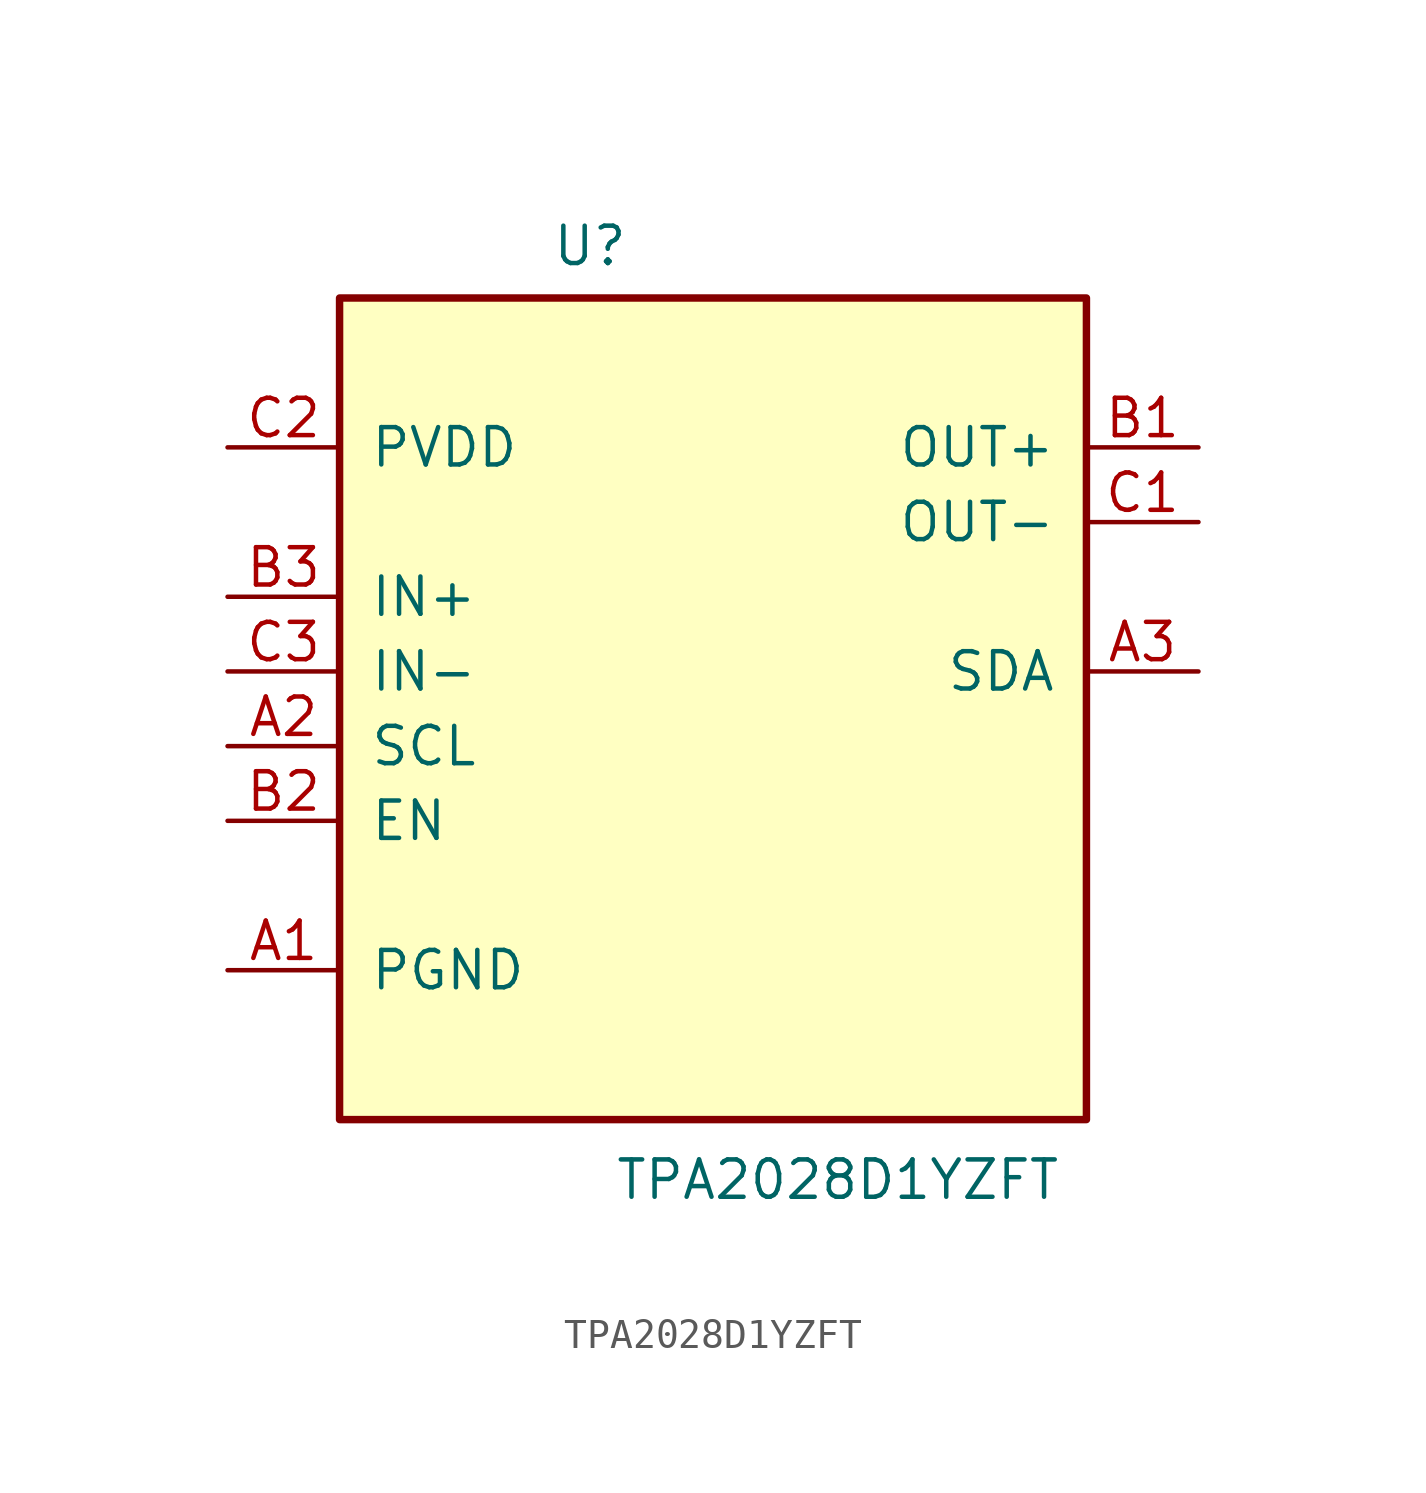
<source format=kicad_sym>
(kicad_symbol_lib
  (version 20231120)
  (generator "kicad_symbol_editor")
  (generator_version "8.99")
  (symbol "TPA2028D1YZFT"
    (pin_names
      (offset 1.016))
    (property "Reference" "U"
      (at -5.492 11.187 0)
      (effects (font (size 1.27 1.27)) (justify left bottom)))
    (property "Value" "TPA2028D1YZFT"
      (at -3.356 -20.568 0)
      (effects (font (size 1.27 1.27)) (justify left bottom)))
    (symbol "TPA2028D1YZFT_0_0"
      (pin passive line (at -16.51 -12.7 0) (length 3.81) (name "PGND" (effects (font (size 1.27 1.27)))) (number "A1" (effects (font (size 1.27 1.27)))))
      (pin input line (at -16.51 -5.08 0) (length 3.81) (name "SCL" (effects (font (size 1.27 1.27)))) (number "A2" (effects (font (size 1.27 1.27)))))
      (pin bidirectional line (at 16.51 -2.54 180) (length 3.81) (name "SDA" (effects (font (size 1.27 1.27)))) (number "A3" (effects (font (size 1.27 1.27)))))
      (pin output line (at 16.51 5.08 180) (length 3.81) (name "OUT+" (effects (font (size 1.27 1.27)))) (number "B1" (effects (font (size 1.27 1.27)))))
      (pin input line (at -16.51 -7.62 0) (length 3.81) (name "EN" (effects (font (size 1.27 1.27)))) (number "B2" (effects (font (size 1.27 1.27)))))
      (pin input line (at -16.51 0 0) (length 3.81) (name "IN+" (effects (font (size 1.27 1.27)))) (number "B3" (effects (font (size 1.27 1.27)))))
      (pin output line (at 16.51 2.54 180) (length 3.81) (name "OUT-" (effects (font (size 1.27 1.27)))) (number "C1" (effects (font (size 1.27 1.27)))))
      (pin power_in line (at -16.51 5.08 0) (length 3.81) (name "PVDD" (effects (font (size 1.27 1.27)))) (number "C2" (effects (font (size 1.27 1.27)))))
      (pin input line (at -16.51 -2.54 0) (length 3.81) (name "IN-" (effects (font (size 1.27 1.27)))) (number "C3" (effects (font (size 1.27 1.27))))))
    (symbol "TPA2028D1YZFT_1_0"
      (rectangle (start -12.7 10.16) (end 12.7 -17.78) (stroke (width 0.254) (type default)) (fill (type background))))))
</source>
